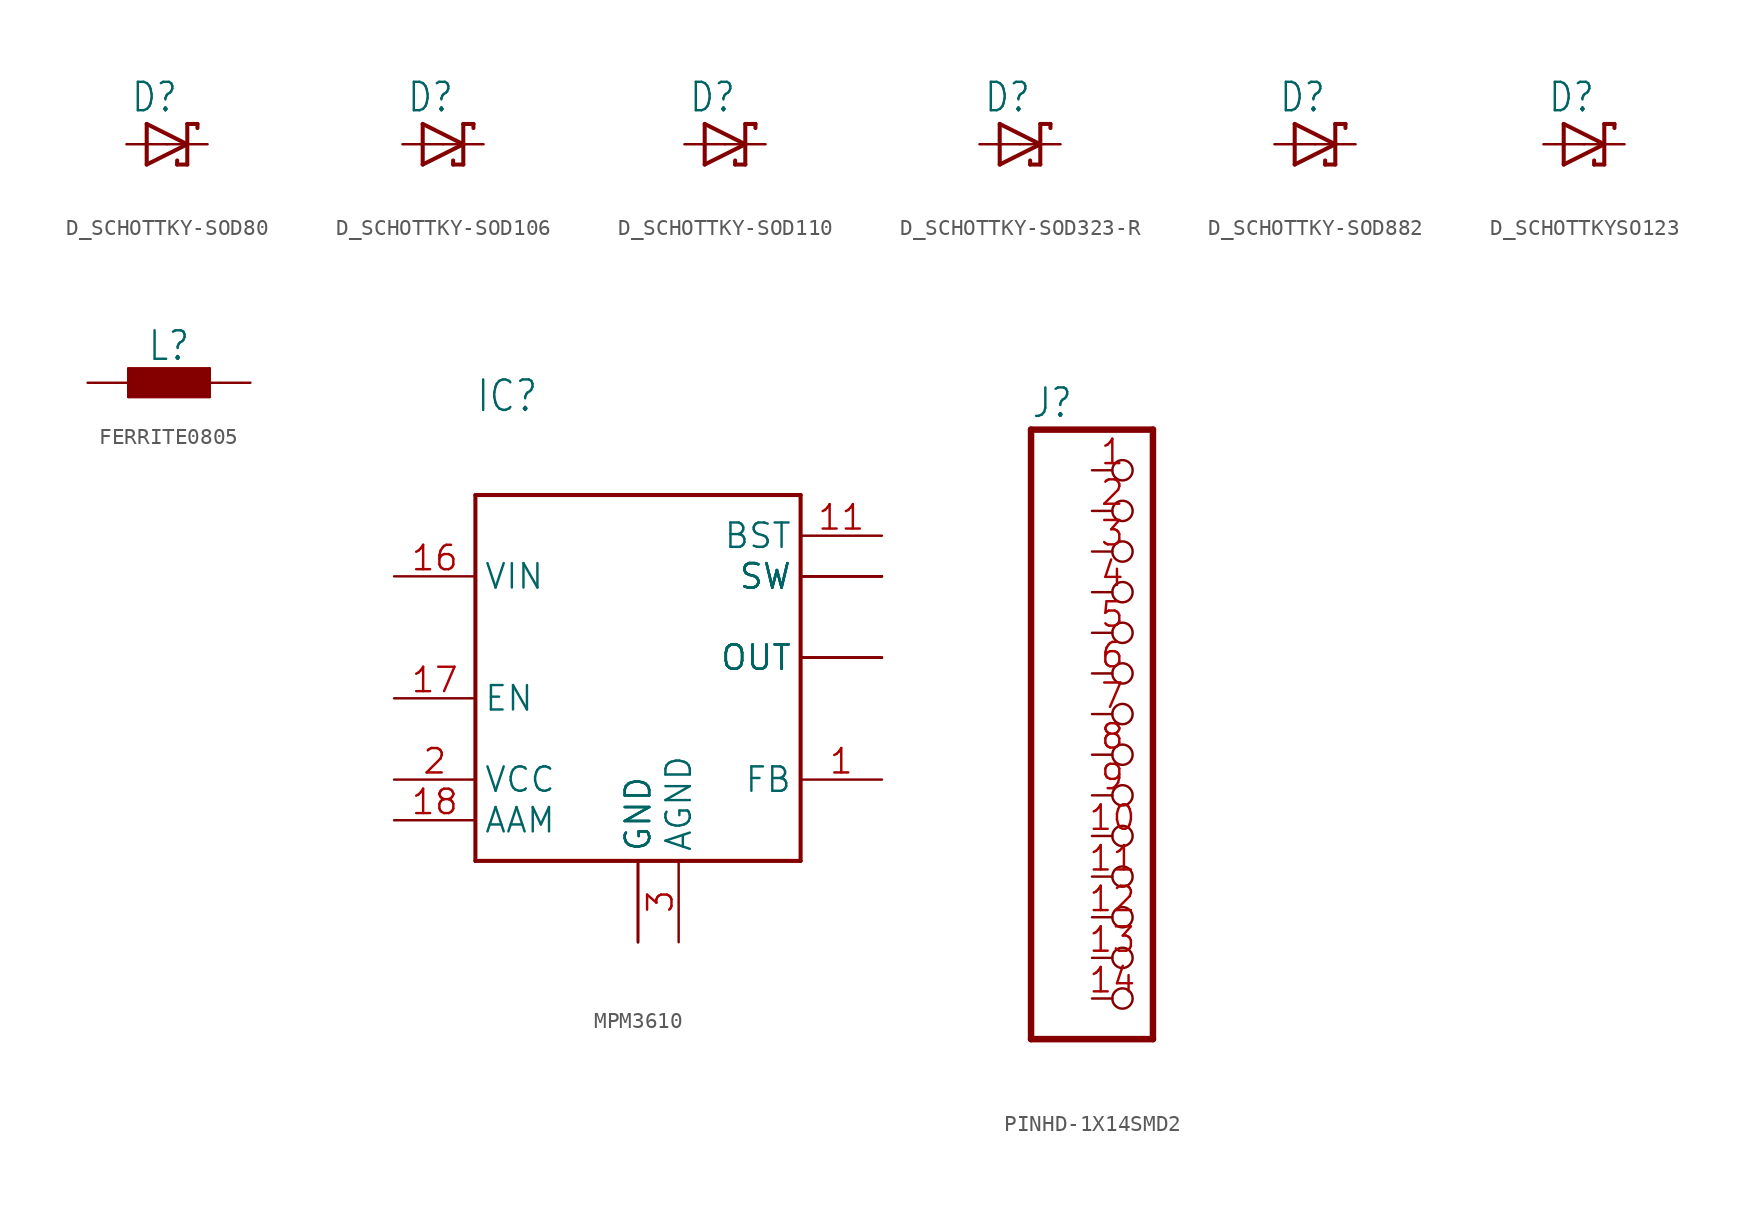
<source format=kicad_sym>
(kicad_symbol_lib
  (version 20241209)
  (generator "kicad_symbol_editor")
  (generator_version "9.0")
  (symbol "D_SCHOTTKY-SOD80"
    (property "Reference" "D"
      (at -2.286 1.905 0)
      (effects (font (size 1.778 1.511)) (justify left bottom)))
    (property "Value" ""
      (at -2.286 -3.429 0)
      (effects (font (size 1.778 1.511)) (justify left bottom)))
    (property "ki_locked" ""
      (at 0 0 0)
      (effects (font (size 1.27 1.27))))
    (symbol "D_SCHOTTKY-SOD80_1_0"
      (polyline (pts (xy -1.27 1.27) (xy -1.27 -1.27)) (stroke (width 0.254) (type solid)) (fill (type none)))
      (polyline (pts (xy -1.27 -1.27) (xy 1.27 0)) (stroke (width 0.254) (type solid)) (fill (type none)))
      (polyline (pts (xy 0.635 -1.016) (xy 0.635 -1.27)) (stroke (width 0.254) (type solid)) (fill (type none)))
      (polyline (pts (xy 1.27 1.27) (xy 1.27 0)) (stroke (width 0.254) (type solid)) (fill (type none)))
      (polyline (pts (xy 1.27 0) (xy -1.27 1.27)) (stroke (width 0.254) (type solid)) (fill (type none)))
      (polyline (pts (xy 1.27 0) (xy 1.27 -1.27)) (stroke (width 0.254) (type solid)) (fill (type none)))
      (polyline (pts (xy 1.27 -1.27) (xy 0.635 -1.27)) (stroke (width 0.254) (type solid)) (fill (type none)))
      (polyline (pts (xy 1.905 1.27) (xy 1.27 1.27)) (stroke (width 0.254) (type solid)) (fill (type none)))
      (polyline (pts (xy 1.905 1.27) (xy 1.905 1.016)) (stroke (width 0.254) (type solid)) (fill (type none)))
      (pin passive line (at -2.54 0 0) (length 2.54) (name "A" (effects (font (size 0 0)))) (number "A" (effects (font (size 0 0)))))
      (pin passive line (at 2.54 0 180) (length 2.54) (name "C" (effects (font (size 0 0)))) (number "C" (effects (font (size 0 0)))))))
  (symbol "D_SCHOTTKY-SOD106"
    (property "Reference" "D"
      (at -2.286 1.905 0)
      (effects (font (size 1.778 1.511)) (justify left bottom)))
    (property "Value" ""
      (at -2.286 -3.429 0)
      (effects (font (size 1.778 1.511)) (justify left bottom)))
    (property "ki_locked" ""
      (at 0 0 0)
      (effects (font (size 1.27 1.27))))
    (symbol "D_SCHOTTKY-SOD106_1_0"
      (polyline (pts (xy -1.27 1.27) (xy -1.27 -1.27)) (stroke (width 0.254) (type solid)) (fill (type none)))
      (polyline (pts (xy -1.27 -1.27) (xy 1.27 0)) (stroke (width 0.254) (type solid)) (fill (type none)))
      (polyline (pts (xy 0.635 -1.016) (xy 0.635 -1.27)) (stroke (width 0.254) (type solid)) (fill (type none)))
      (polyline (pts (xy 1.27 1.27) (xy 1.27 0)) (stroke (width 0.254) (type solid)) (fill (type none)))
      (polyline (pts (xy 1.27 0) (xy -1.27 1.27)) (stroke (width 0.254) (type solid)) (fill (type none)))
      (polyline (pts (xy 1.27 0) (xy 1.27 -1.27)) (stroke (width 0.254) (type solid)) (fill (type none)))
      (polyline (pts (xy 1.27 -1.27) (xy 0.635 -1.27)) (stroke (width 0.254) (type solid)) (fill (type none)))
      (polyline (pts (xy 1.905 1.27) (xy 1.27 1.27)) (stroke (width 0.254) (type solid)) (fill (type none)))
      (polyline (pts (xy 1.905 1.27) (xy 1.905 1.016)) (stroke (width 0.254) (type solid)) (fill (type none)))
      (pin passive line (at -2.54 0 0) (length 2.54) (name "A" (effects (font (size 0 0)))) (number "A" (effects (font (size 0 0)))))
      (pin passive line (at 2.54 0 180) (length 2.54) (name "C" (effects (font (size 0 0)))) (number "C" (effects (font (size 0 0)))))))
  (symbol "D_SCHOTTKY-SOD110"
    (property "Reference" "D"
      (at -2.286 1.905 0)
      (effects (font (size 1.778 1.511)) (justify left bottom)))
    (property "Value" ""
      (at -2.286 -3.429 0)
      (effects (font (size 1.778 1.511)) (justify left bottom)))
    (property "ki_locked" ""
      (at 0 0 0)
      (effects (font (size 1.27 1.27))))
    (symbol "D_SCHOTTKY-SOD110_1_0"
      (polyline (pts (xy -1.27 1.27) (xy -1.27 -1.27)) (stroke (width 0.254) (type solid)) (fill (type none)))
      (polyline (pts (xy -1.27 -1.27) (xy 1.27 0)) (stroke (width 0.254) (type solid)) (fill (type none)))
      (polyline (pts (xy 0.635 -1.016) (xy 0.635 -1.27)) (stroke (width 0.254) (type solid)) (fill (type none)))
      (polyline (pts (xy 1.27 1.27) (xy 1.27 0)) (stroke (width 0.254) (type solid)) (fill (type none)))
      (polyline (pts (xy 1.27 0) (xy -1.27 1.27)) (stroke (width 0.254) (type solid)) (fill (type none)))
      (polyline (pts (xy 1.27 0) (xy 1.27 -1.27)) (stroke (width 0.254) (type solid)) (fill (type none)))
      (polyline (pts (xy 1.27 -1.27) (xy 0.635 -1.27)) (stroke (width 0.254) (type solid)) (fill (type none)))
      (polyline (pts (xy 1.905 1.27) (xy 1.27 1.27)) (stroke (width 0.254) (type solid)) (fill (type none)))
      (polyline (pts (xy 1.905 1.27) (xy 1.905 1.016)) (stroke (width 0.254) (type solid)) (fill (type none)))
      (pin passive line (at -2.54 0 0) (length 2.54) (name "A" (effects (font (size 0 0)))) (number "A" (effects (font (size 0 0)))))
      (pin passive line (at 2.54 0 180) (length 2.54) (name "C" (effects (font (size 0 0)))) (number "C" (effects (font (size 0 0)))))))
  (symbol "D_SCHOTTKY-SOD323-R"
    (property "Reference" "D"
      (at -2.286 1.905 0)
      (effects (font (size 1.778 1.511)) (justify left bottom)))
    (property "Value" ""
      (at -2.286 -3.429 0)
      (effects (font (size 1.778 1.511)) (justify left bottom)))
    (property "ki_locked" ""
      (at 0 0 0)
      (effects (font (size 1.27 1.27))))
    (symbol "D_SCHOTTKY-SOD323-R_1_0"
      (polyline (pts (xy -1.27 1.27) (xy -1.27 -1.27)) (stroke (width 0.254) (type solid)) (fill (type none)))
      (polyline (pts (xy -1.27 -1.27) (xy 1.27 0)) (stroke (width 0.254) (type solid)) (fill (type none)))
      (polyline (pts (xy 0.635 -1.016) (xy 0.635 -1.27)) (stroke (width 0.254) (type solid)) (fill (type none)))
      (polyline (pts (xy 1.27 1.27) (xy 1.27 0)) (stroke (width 0.254) (type solid)) (fill (type none)))
      (polyline (pts (xy 1.27 0) (xy -1.27 1.27)) (stroke (width 0.254) (type solid)) (fill (type none)))
      (polyline (pts (xy 1.27 0) (xy 1.27 -1.27)) (stroke (width 0.254) (type solid)) (fill (type none)))
      (polyline (pts (xy 1.27 -1.27) (xy 0.635 -1.27)) (stroke (width 0.254) (type solid)) (fill (type none)))
      (polyline (pts (xy 1.905 1.27) (xy 1.27 1.27)) (stroke (width 0.254) (type solid)) (fill (type none)))
      (polyline (pts (xy 1.905 1.27) (xy 1.905 1.016)) (stroke (width 0.254) (type solid)) (fill (type none)))
      (pin passive line (at -2.54 0 0) (length 2.54) (name "A" (effects (font (size 0 0)))) (number "A" (effects (font (size 0 0)))))
      (pin passive line (at 2.54 0 180) (length 2.54) (name "C" (effects (font (size 0 0)))) (number "C" (effects (font (size 0 0)))))))
  (symbol "D_SCHOTTKY-SOD882"
    (property "Reference" "D"
      (at -2.286 1.905 0)
      (effects (font (size 1.778 1.511)) (justify left bottom)))
    (property "Value" ""
      (at -2.286 -3.429 0)
      (effects (font (size 1.778 1.511)) (justify left bottom)))
    (property "ki_locked" ""
      (at 0 0 0)
      (effects (font (size 1.27 1.27))))
    (symbol "D_SCHOTTKY-SOD882_1_0"
      (polyline (pts (xy -1.27 1.27) (xy -1.27 -1.27)) (stroke (width 0.254) (type solid)) (fill (type none)))
      (polyline (pts (xy -1.27 -1.27) (xy 1.27 0)) (stroke (width 0.254) (type solid)) (fill (type none)))
      (polyline (pts (xy 0.635 -1.016) (xy 0.635 -1.27)) (stroke (width 0.254) (type solid)) (fill (type none)))
      (polyline (pts (xy 1.27 1.27) (xy 1.27 0)) (stroke (width 0.254) (type solid)) (fill (type none)))
      (polyline (pts (xy 1.27 0) (xy -1.27 1.27)) (stroke (width 0.254) (type solid)) (fill (type none)))
      (polyline (pts (xy 1.27 0) (xy 1.27 -1.27)) (stroke (width 0.254) (type solid)) (fill (type none)))
      (polyline (pts (xy 1.27 -1.27) (xy 0.635 -1.27)) (stroke (width 0.254) (type solid)) (fill (type none)))
      (polyline (pts (xy 1.905 1.27) (xy 1.27 1.27)) (stroke (width 0.254) (type solid)) (fill (type none)))
      (polyline (pts (xy 1.905 1.27) (xy 1.905 1.016)) (stroke (width 0.254) (type solid)) (fill (type none)))
      (pin passive line (at -2.54 0 0) (length 2.54) (name "A" (effects (font (size 0 0)))) (number "A" (effects (font (size 0 0)))))
      (pin passive line (at 2.54 0 180) (length 2.54) (name "C" (effects (font (size 0 0)))) (number "C" (effects (font (size 0 0)))))))
  (symbol "D_SCHOTTKYSO123"
    (property "Reference" "D"
      (at -2.286 1.905 0)
      (effects (font (size 1.778 1.511)) (justify left bottom)))
    (property "Value" ""
      (at -2.286 -3.429 0)
      (effects (font (size 1.778 1.511)) (justify left bottom)))
    (property "ki_locked" ""
      (at 0 0 0)
      (effects (font (size 1.27 1.27))))
    (symbol "D_SCHOTTKYSO123_1_0"
      (polyline (pts (xy -1.27 1.27) (xy -1.27 -1.27)) (stroke (width 0.254) (type solid)) (fill (type none)))
      (polyline (pts (xy -1.27 -1.27) (xy 1.27 0)) (stroke (width 0.254) (type solid)) (fill (type none)))
      (polyline (pts (xy 0.635 -1.016) (xy 0.635 -1.27)) (stroke (width 0.254) (type solid)) (fill (type none)))
      (polyline (pts (xy 1.27 1.27) (xy 1.27 0)) (stroke (width 0.254) (type solid)) (fill (type none)))
      (polyline (pts (xy 1.27 0) (xy -1.27 1.27)) (stroke (width 0.254) (type solid)) (fill (type none)))
      (polyline (pts (xy 1.27 0) (xy 1.27 -1.27)) (stroke (width 0.254) (type solid)) (fill (type none)))
      (polyline (pts (xy 1.27 -1.27) (xy 0.635 -1.27)) (stroke (width 0.254) (type solid)) (fill (type none)))
      (polyline (pts (xy 1.905 1.27) (xy 1.27 1.27)) (stroke (width 0.254) (type solid)) (fill (type none)))
      (polyline (pts (xy 1.905 1.27) (xy 1.905 1.016)) (stroke (width 0.254) (type solid)) (fill (type none)))
      (pin passive line (at -2.54 0 0) (length 2.54) (name "A" (effects (font (size 0 0)))) (number "A" (effects (font (size 0 0)))))
      (pin passive line (at 2.54 0 180) (length 2.54) (name "C" (effects (font (size 0 0)))) (number "C" (effects (font (size 0 0)))))))
  (symbol "FERRITE0805"
    (property "Reference" "L"
      (at 0 1.27 0)
      (effects (font (size 1.778 1.511)) (justify bottom)))
    (property "Value" ""
      (at 0 -1.27 0)
      (effects (font (size 1.778 1.511)) (justify top)))
    (property "ki_locked" ""
      (at 0 0 0)
      (effects (font (size 1.27 1.27))))
    (symbol "FERRITE0805_1_0"
      (polyline (pts (xy -2.54 0.889) (xy 2.54 0.889)) (stroke (width 0.152) (type solid)) (fill (type none)))
      (rectangle (start -2.54 -0.889) (end 2.54 0.889) (stroke (width 0) (type default)) (fill (type outline)))
      (polyline (pts (xy -2.54 -0.889) (xy -2.54 0.889)) (stroke (width 0.152) (type solid)) (fill (type none)))
      (polyline (pts (xy 2.54 0.889) (xy 2.54 -0.889)) (stroke (width 0.152) (type solid)) (fill (type none)))
      (polyline (pts (xy 2.54 -0.889) (xy -2.54 -0.889)) (stroke (width 0.152) (type solid)) (fill (type none)))
      (pin passive line (at -5.08 0 0) (length 2.54) (name "1" (effects (font (size 0 0)))) (number "1" (effects (font (size 0 0)))))
      (pin passive line (at 5.08 0 180) (length 2.54) (name "2" (effects (font (size 0 0)))) (number "2" (effects (font (size 0 0)))))))
  (symbol "MPM3610"
    (property "Reference" "IC"
      (at -10.16 15.24 0)
      (effects (font (size 1.905 1.619)) (justify left bottom)))
    (property "Value" ""
      (at -10.16 12.7 0)
      (effects (font (size 1.905 1.619)) (justify left bottom)))
    (property "ki_locked" ""
      (at 0 0 0)
      (effects (font (size 1.27 1.27))))
    (symbol "MPM3610_1_0"
      (polyline (pts (xy -10.16 10.16) (xy -10.16 -12.7)) (stroke (width 0.254) (type solid)) (fill (type none)))
      (polyline (pts (xy -10.16 -12.7) (xy 10.16 -12.7)) (stroke (width 0.254) (type solid)) (fill (type none)))
      (polyline (pts (xy 10.16 10.16) (xy -10.16 10.16)) (stroke (width 0.254) (type solid)) (fill (type none)))
      (polyline (pts (xy 10.16 -12.7) (xy 10.16 10.16)) (stroke (width 0.254) (type solid)) (fill (type none)))
      (pin bidirectional line (at -15.24 5.08 0) (length 5.08) (name "VIN" (effects (font (size 1.524 1.524)))) (number "16" (effects (font (size 1.524 1.524)))))
      (pin bidirectional line (at -15.24 -2.54 0) (length 5.08) (name "EN" (effects (font (size 1.524 1.524)))) (number "17" (effects (font (size 1.524 1.524)))))
      (pin bidirectional line (at -15.24 -7.62 0) (length 5.08) (name "VCC" (effects (font (size 1.524 1.524)))) (number "2" (effects (font (size 1.524 1.524)))))
      (pin bidirectional line (at -15.24 -10.16 0) (length 5.08) (name "AAM" (effects (font (size 1.524 1.524)))) (number "18" (effects (font (size 1.524 1.524)))))
      (pin bidirectional line (at 0 -17.78 90) (length 5.08) (name "GND" (effects (font (size 1.524 1.524)))) (number "12" (effects (font (size 0 0)))))
      (pin bidirectional line (at 0 -17.78 90) (length 5.08) (name "GND" (effects (font (size 1.524 1.524)))) (number "13" (effects (font (size 0 0)))))
      (pin bidirectional line (at 0 -17.78 90) (length 5.08) (name "GND" (effects (font (size 1.524 1.524)))) (number "14" (effects (font (size 0 0)))))
      (pin bidirectional line (at 2.54 -17.78 90) (length 5.08) (name "AGND" (effects (font (size 1.524 1.524)))) (number "3" (effects (font (size 1.524 1.524)))))
      (pin bidirectional line (at 15.24 7.62 180) (length 5.08) (name "BST" (effects (font (size 1.524 1.524)))) (number "11" (effects (font (size 1.524 1.524)))))
      (pin bidirectional line (at 15.24 5.08 180) (length 5.08) (name "SW" (effects (font (size 1.524 1.524)))) (number "19" (effects (font (size 0 0)))))
      (pin bidirectional line (at 15.24 5.08 180) (length 5.08) (name "SW" (effects (font (size 1.524 1.524)))) (number "4" (effects (font (size 0 0)))))
      (pin bidirectional line (at 15.24 5.08 180) (length 5.08) (name "SW" (effects (font (size 1.524 1.524)))) (number "5" (effects (font (size 0 0)))))
      (pin bidirectional line (at 15.24 5.08 180) (length 5.08) (name "SW" (effects (font (size 1.524 1.524)))) (number "6" (effects (font (size 0 0)))))
      (pin bidirectional line (at 15.24 0 180) (length 5.08) (name "OUT" (effects (font (size 1.524 1.524)))) (number "20" (effects (font (size 0 0)))))
      (pin bidirectional line (at 15.24 0 180) (length 5.08) (name "OUT" (effects (font (size 1.524 1.524)))) (number "7" (effects (font (size 0 0)))))
      (pin bidirectional line (at 15.24 0 180) (length 5.08) (name "OUT" (effects (font (size 1.524 1.524)))) (number "8" (effects (font (size 0 0)))))
      (pin bidirectional line (at 15.24 0 180) (length 5.08) (name "OUT" (effects (font (size 1.524 1.524)))) (number "9" (effects (font (size 0 0)))))
      (pin bidirectional line (at 15.24 -7.62 180) (length 5.08) (name "FB" (effects (font (size 1.524 1.524)))) (number "1" (effects (font (size 1.524 1.524)))))))
  (symbol "PINHD-1X14SMD2"
    (property "Reference" "J"
      (at -6.35 18.415 0)
      (effects (font (size 1.778 1.511)) (justify left bottom)))
    (property "ki_locked" ""
      (at 0 0 0)
      (effects (font (size 1.27 1.27))))
    (symbol "PINHD-1X14SMD2_1_0"
      (polyline (pts (xy -6.35 17.78) (xy -6.35 -20.32)) (stroke (width 0.406) (type solid)) (fill (type none)))
      (polyline (pts (xy -6.35 -20.32) (xy 1.27 -20.32)) (stroke (width 0.406) (type solid)) (fill (type none)))
      (polyline (pts (xy 1.27 17.78) (xy -6.35 17.78)) (stroke (width 0.406) (type solid)) (fill (type none)))
      (polyline (pts (xy 1.27 -20.32) (xy 1.27 17.78)) (stroke (width 0.406) (type solid)) (fill (type none)))
      (pin passive inverted (at -2.54 15.24 0) (length 2.54) (name "1" (effects (font (size 0 0)))) (number "1" (effects (font (size 1.524 1.524)))))
      (pin passive inverted (at -2.54 12.7 0) (length 2.54) (name "2" (effects (font (size 0 0)))) (number "2" (effects (font (size 1.524 1.524)))))
      (pin passive inverted (at -2.54 10.16 0) (length 2.54) (name "3" (effects (font (size 0 0)))) (number "3" (effects (font (size 1.524 1.524)))))
      (pin passive inverted (at -2.54 7.62 0) (length 2.54) (name "4" (effects (font (size 0 0)))) (number "4" (effects (font (size 1.524 1.524)))))
      (pin passive inverted (at -2.54 5.08 0) (length 2.54) (name "5" (effects (font (size 0 0)))) (number "5" (effects (font (size 1.524 1.524)))))
      (pin passive inverted (at -2.54 2.54 0) (length 2.54) (name "6" (effects (font (size 0 0)))) (number "6" (effects (font (size 1.524 1.524)))))
      (pin passive inverted (at -2.54 0 0) (length 2.54) (name "7" (effects (font (size 0 0)))) (number "7" (effects (font (size 1.524 1.524)))))
      (pin passive inverted (at -2.54 -2.54 0) (length 2.54) (name "8" (effects (font (size 0 0)))) (number "8" (effects (font (size 1.524 1.524)))))
      (pin passive inverted (at -2.54 -5.08 0) (length 2.54) (name "9" (effects (font (size 0 0)))) (number "9" (effects (font (size 1.524 1.524)))))
      (pin passive inverted (at -2.54 -7.62 0) (length 2.54) (name "10" (effects (font (size 0 0)))) (number "10" (effects (font (size 1.524 1.524)))))
      (pin passive inverted (at -2.54 -10.16 0) (length 2.54) (name "11" (effects (font (size 0 0)))) (number "11" (effects (font (size 1.524 1.524)))))
      (pin passive inverted (at -2.54 -12.7 0) (length 2.54) (name "12" (effects (font (size 0 0)))) (number "12" (effects (font (size 1.524 1.524)))))
      (pin passive inverted (at -2.54 -15.24 0) (length 2.54) (name "13" (effects (font (size 0 0)))) (number "13" (effects (font (size 1.524 1.524)))))
      (pin passive inverted (at -2.54 -17.78 0) (length 2.54) (name "14" (effects (font (size 0 0)))) (number "14" (effects (font (size 1.524 1.524))))))))
</source>
